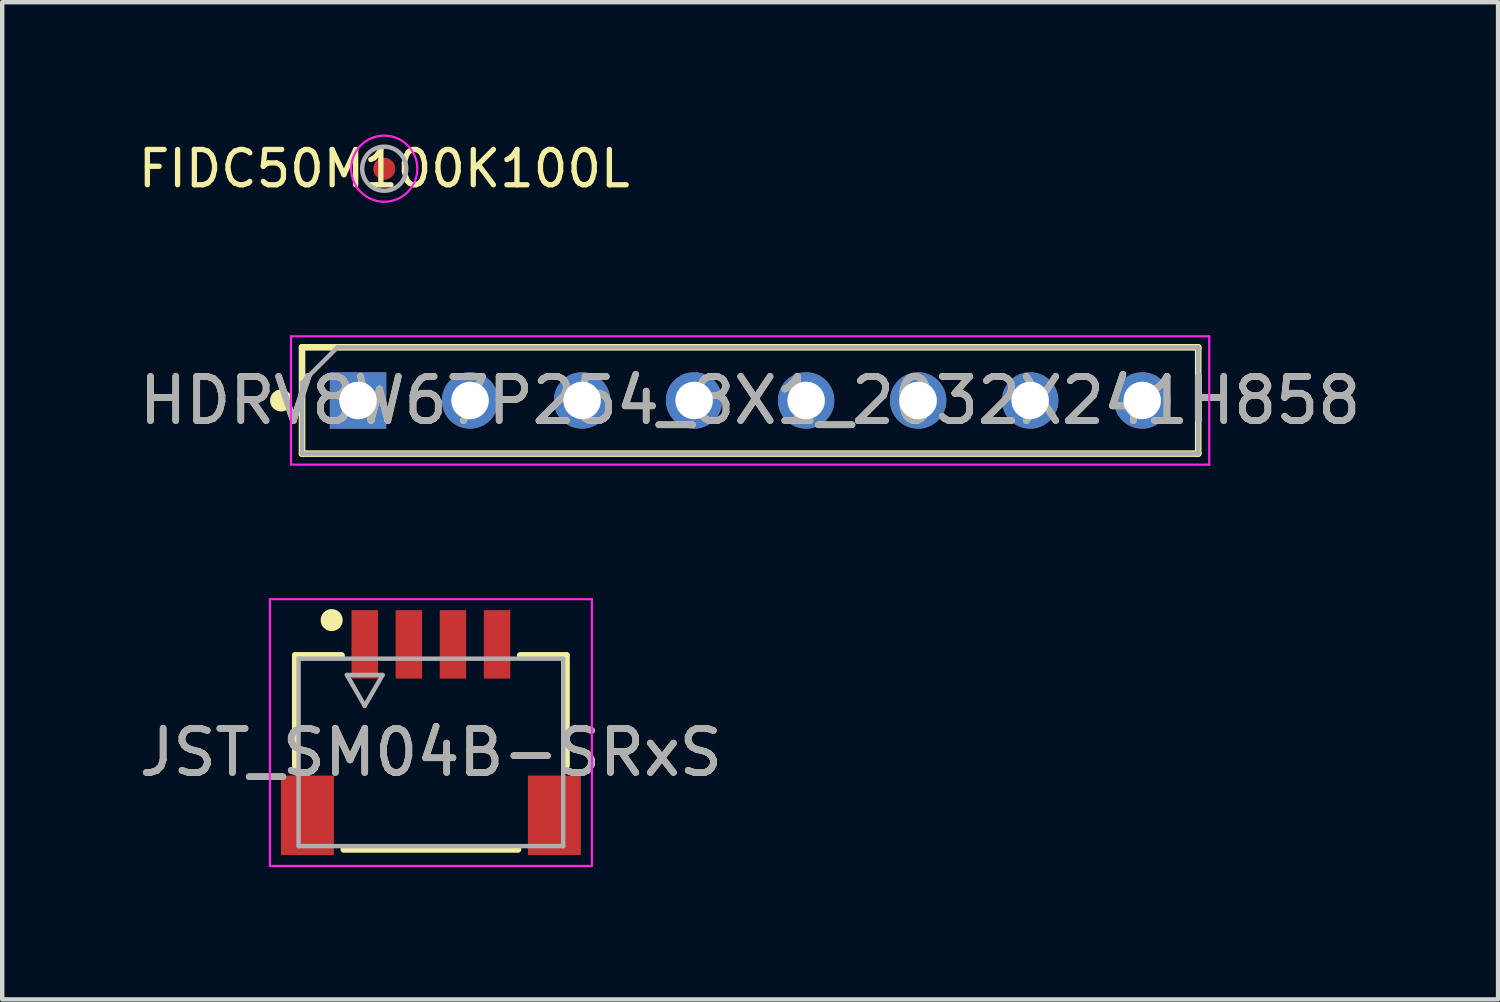
<source format=kicad_pcb>
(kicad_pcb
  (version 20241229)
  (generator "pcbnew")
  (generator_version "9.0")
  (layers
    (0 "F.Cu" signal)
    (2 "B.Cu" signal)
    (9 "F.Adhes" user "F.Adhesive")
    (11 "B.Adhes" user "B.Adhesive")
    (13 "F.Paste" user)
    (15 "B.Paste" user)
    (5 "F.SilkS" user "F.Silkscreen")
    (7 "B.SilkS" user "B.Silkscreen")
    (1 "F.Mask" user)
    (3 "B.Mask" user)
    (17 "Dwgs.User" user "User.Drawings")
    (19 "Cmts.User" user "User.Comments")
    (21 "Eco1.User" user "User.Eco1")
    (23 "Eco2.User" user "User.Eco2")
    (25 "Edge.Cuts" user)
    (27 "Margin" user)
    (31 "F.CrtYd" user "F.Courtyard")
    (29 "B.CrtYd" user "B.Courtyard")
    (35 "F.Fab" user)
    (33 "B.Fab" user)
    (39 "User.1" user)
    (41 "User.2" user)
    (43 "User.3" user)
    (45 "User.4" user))
  (footprint "FIDC50M100K100L"
    (layer "F.Cu")
    (at 5.662 0.775)
    (property "Reference" "FIDC50M100K100L" (at 0 0 0) (layer "F.SilkS") (effects (font (size 0.8 0.8) (thickness 0.12))))
    (attr exclude_from_pos_files exclude_from_bom)
    (fp_circle (center 0 0) (end 0.75 0) (stroke (width 0.05) (type solid)) (fill no) (layer "F.CrtYd"))
    (fp_circle (center 0 0) (end 0.5 0) (stroke (width 0.1) (type solid)) (fill no) (layer "F.Fab"))
    (pad "" smd circle (at 0 0) (size 0.5 0.5) (property pad_prop_fiducial_glob) (layers "F.Cu" "F.Mask")))
  (footprint "JST_SM04B-SRxS"
    (layer "F.Cu")
    (at 6.72 14.01)
    (property "Reference" "JST_SM04B-SRxS" (at 0 0 0) (layer "F.SilkS") (effects (font (size 1 1) (thickness 0.15))))
    (attr smd)
    (fp_line (start -3.075 -2.2) (end -2.025 -2.2) (stroke (width 0.15) (type solid)) (layer "F.SilkS"))
    (fp_line (start -3.075 0.3) (end -3.075 -2.2) (stroke (width 0.15) (type solid)) (layer "F.SilkS"))
    (fp_line (start -1.975 2.2) (end 1.975 2.2) (stroke (width 0.15) (type solid)) (layer "F.SilkS"))
    (fp_line (start 2.025 -2.2) (end 3.075 -2.2) (stroke (width 0.15) (type solid)) (layer "F.SilkS"))
    (fp_line (start 3.075 -2.2) (end 3.075 0.3) (stroke (width 0.15) (type solid)) (layer "F.SilkS"))
    (fp_circle (center -2.25 -3) (end -2.25 -2.875) (stroke (width 0.25) (type solid)) (fill no) (layer "F.SilkS"))
    (fp_line (start -3.65 -3.475) (end -3.65 2.575) (stroke (width 0.05) (type solid)) (layer "F.CrtYd"))
    (fp_line (start -3.65 2.575) (end 3.65 2.575) (stroke (width 0.05) (type solid)) (layer "F.CrtYd"))
    (fp_line (start 3.65 -3.475) (end -3.65 -3.475) (stroke (width 0.05) (type solid)) (layer "F.CrtYd"))
    (fp_line (start 3.65 2.575) (end 3.65 -3.475) (stroke (width 0.05) (type solid)) (layer "F.CrtYd"))
    (fp_line (start -3 -2.125) (end 3 -2.125) (stroke (width 0.1) (type solid)) (layer "F.Fab"))
    (fp_line (start -3 2.125) (end -3 -2.125) (stroke (width 0.1) (type solid)) (layer "F.Fab"))
    (fp_line (start -1.905 -1.756) (end -1.5 -1.055) (stroke (width 0.1) (type solid)) (layer "F.Fab"))
    (fp_line (start -1.5 -1.055) (end -1.095 -1.756) (stroke (width 0.1) (type solid)) (layer "F.Fab"))
    (fp_line (start -1.095 -1.756) (end -1.905 -1.756) (stroke (width 0.1) (type solid)) (layer "F.Fab"))
    (fp_line (start 3 -2.125) (end 3 2.125) (stroke (width 0.1) (type solid)) (layer "F.Fab"))
    (fp_line (start 3 2.125) (end -3 2.125) (stroke (width 0.1) (type solid)) (layer "F.Fab"))
    (fp_text user "${REFERENCE}" (at 0 0 0) (layer "F.Fab") (effects (font (size 1 1) (thickness 0.15))))
    (pad "1" smd rect (at -1.5 -2.45) (size 0.6 1.55) (layers "F.Cu" "F.Mask" "F.Paste"))
    (pad "2" smd rect (at -0.5 -2.45) (size 0.6 1.55) (layers "F.Cu" "F.Mask" "F.Paste"))
    (pad "3" smd rect (at 0.5 -2.45) (size 0.6 1.55) (layers "F.Cu" "F.Mask" "F.Paste"))
    (pad "4" smd rect (at 1.5 -2.45) (size 0.6 1.55) (layers "F.Cu" "F.Mask" "F.Paste"))
    (pad "M1" smd rect (at -2.8 1.425) (size 1.2 1.8) (layers "F.Cu" "F.Mask" "F.Paste"))
    (pad "M2" smd rect (at 2.8 1.425) (size 1.2 1.8) (layers "F.Cu" "F.Mask" "F.Paste")))
  (footprint "HDRV8W67P254_8X1_2032X241H858"
    (layer "F.Cu")
    (at 5.068 6.03)
    (property "Reference" "HDRV8W67P254_8X1_2032X241H858" (at 8.89 0 0) (layer "F.SilkS") (effects (font (size 1 1) (thickness 0.15))))
    (attr through_hole)
    (fp_line (start -1.27 -1.205) (end 19.05 -1.205) (stroke (width 0.15) (type solid)) (layer "F.SilkS"))
    (fp_line (start -1.27 1.205) (end -1.27 -1.205) (stroke (width 0.15) (type solid)) (layer "F.SilkS"))
    (fp_line (start 19.05 -1.205) (end 19.05 1.205) (stroke (width 0.15) (type solid)) (layer "F.SilkS"))
    (fp_line (start 19.05 1.205) (end -1.27 1.205) (stroke (width 0.15) (type solid)) (layer "F.SilkS"))
    (fp_circle (center -1.745 0) (end -1.62 0) (stroke (width 0.25) (type solid)) (fill no) (layer "F.SilkS"))
    (fp_circle (center 0 0) (end 0 0.335) (stroke (width 0.025) (type solid)) (fill no) (layer "Dwgs.User"))
    (fp_circle (center 2.54 0) (end 2.54 0.335) (stroke (width 0.025) (type solid)) (fill no) (layer "Dwgs.User"))
    (fp_circle (center 5.08 0) (end 5.08 0.335) (stroke (width 0.025) (type solid)) (fill no) (layer "Dwgs.User"))
    (fp_circle (center 7.62 0) (end 7.62 0.335) (stroke (width 0.025) (type solid)) (fill no) (layer "Dwgs.User"))
    (fp_circle (center 10.16 0) (end 10.16 0.335) (stroke (width 0.025) (type solid)) (fill no) (layer "Dwgs.User"))
    (fp_circle (center 12.7 0) (end 12.7 0.335) (stroke (width 0.025) (type solid)) (fill no) (layer "Dwgs.User"))
    (fp_circle (center 15.24 0) (end 15.24 0.335) (stroke (width 0.025) (type solid)) (fill no) (layer "Dwgs.User"))
    (fp_circle (center 17.78 0) (end 17.78 0.335) (stroke (width 0.025) (type solid)) (fill no) (layer "Dwgs.User"))
    (fp_line (start -1.52 -1.455) (end 19.3 -1.455) (stroke (width 0.05) (type solid)) (layer "F.CrtYd"))
    (fp_line (start -1.52 1.455) (end -1.52 -1.455) (stroke (width 0.05) (type solid)) (layer "F.CrtYd"))
    (fp_line (start 19.3 -1.455) (end 19.3 1.455) (stroke (width 0.05) (type solid)) (layer "F.CrtYd"))
    (fp_line (start 19.3 1.455) (end -1.52 1.455) (stroke (width 0.05) (type solid)) (layer "F.CrtYd"))
    (fp_line (start -1.27 -0.402) (end -0.467 -1.205) (stroke (width 0.1) (type solid)) (layer "F.Fab"))
    (fp_line (start -1.27 1.205) (end -1.27 -0.402) (stroke (width 0.1) (type solid)) (layer "F.Fab"))
    (fp_line (start -0.467 -1.205) (end 19.05 -1.205) (stroke (width 0.1) (type solid)) (layer "F.Fab"))
    (fp_line (start 19.05 -1.205) (end 19.05 1.205) (stroke (width 0.1) (type solid)) (layer "F.Fab"))
    (fp_line (start 19.05 1.205) (end -1.27 1.205) (stroke (width 0.1) (type solid)) (layer "F.Fab"))
    (fp_text user "${REFERENCE}" (at 8.89 0 0) (layer "F.Fab") (effects (font (size 1 1) (thickness 0.15))))
    (pad "1" thru_hole rect (at 0 0) (size 1.28 1.28) (drill 0.85) (layers "*.Cu" "*.Mask"))
    (pad "2" thru_hole circle (at 2.54 0) (size 1.28 1.28) (drill 0.85) (layers "*.Cu" "*.Mask"))
    (pad "3" thru_hole circle (at 5.08 0) (size 1.28 1.28) (drill 0.85) (layers "*.Cu" "*.Mask"))
    (pad "4" thru_hole circle (at 7.62 0) (size 1.28 1.28) (drill 0.85) (layers "*.Cu" "*.Mask"))
    (pad "5" thru_hole circle (at 10.16 0) (size 1.28 1.28) (drill 0.85) (layers "*.Cu" "*.Mask"))
    (pad "6" thru_hole circle (at 12.7 0) (size 1.28 1.28) (drill 0.85) (layers "*.Cu" "*.Mask"))
    (pad "7" thru_hole circle (at 15.24 0) (size 1.28 1.28) (drill 0.85) (layers "*.Cu" "*.Mask"))
    (pad "8" thru_hole circle (at 17.78 0) (size 1.28 1.28) (drill 0.85) (layers "*.Cu" "*.Mask")))
  (gr_rect
    (start -3 -3)
    (end 30.917 19.61)
    (stroke (width 0.1) (type default))
    (fill no)
    (layer "Edge.Cuts")))
</source>
